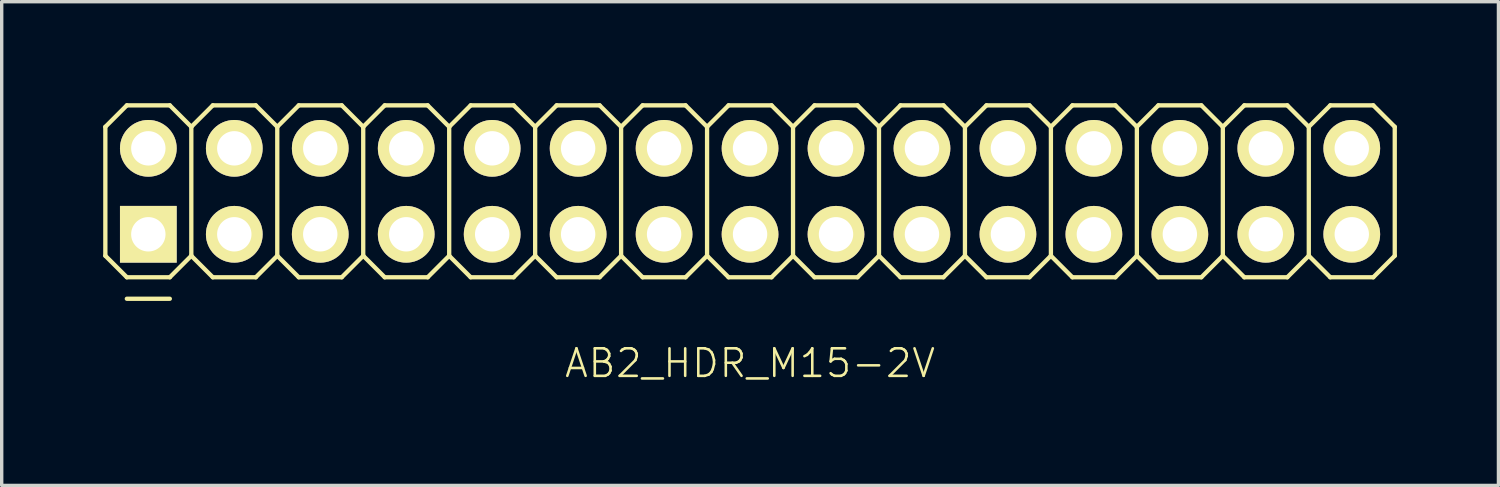
<source format=kicad_pcb>
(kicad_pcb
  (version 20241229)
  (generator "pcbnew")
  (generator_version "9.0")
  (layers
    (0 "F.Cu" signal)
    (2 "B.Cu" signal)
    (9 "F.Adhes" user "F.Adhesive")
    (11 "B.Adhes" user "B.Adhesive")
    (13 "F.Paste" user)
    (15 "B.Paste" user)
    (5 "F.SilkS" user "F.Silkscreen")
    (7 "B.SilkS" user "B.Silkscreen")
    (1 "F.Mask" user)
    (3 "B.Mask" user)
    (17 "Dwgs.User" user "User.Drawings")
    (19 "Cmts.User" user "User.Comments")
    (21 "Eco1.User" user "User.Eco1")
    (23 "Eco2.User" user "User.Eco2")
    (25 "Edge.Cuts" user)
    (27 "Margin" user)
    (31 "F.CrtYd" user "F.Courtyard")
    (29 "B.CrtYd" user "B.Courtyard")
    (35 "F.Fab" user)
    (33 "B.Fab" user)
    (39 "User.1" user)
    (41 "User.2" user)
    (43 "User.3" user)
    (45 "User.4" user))
  (footprint "AB2_HDR_M15-2V"
    (layer "F.Cu")
    (at 19.113 2.603)
    (property "Reference" "AB2_HDR_M15-2V" (at 0 5.08 0) (layer "F.SilkS") (effects (font (size 0.813 0.813) (thickness 0.076))))
    (attr through_hole)
    (fp_line (start -19.05 -1.905) (end -18.415 -2.54) (stroke (width 0.127) (type solid)) (layer "F.SilkS"))
    (fp_line (start -19.05 1.905) (end -19.05 -1.905) (stroke (width 0.127) (type solid)) (layer "F.SilkS"))
    (fp_line (start -18.415 -2.54) (end -17.145 -2.54) (stroke (width 0.127) (type solid)) (layer "F.SilkS"))
    (fp_line (start -18.415 2.54) (end -19.05 1.905) (stroke (width 0.127) (type solid)) (layer "F.SilkS"))
    (fp_line (start -18.415 3.175) (end -17.145 3.175) (stroke (width 0.127) (type solid)) (layer "F.SilkS"))
    (fp_line (start -17.145 -2.54) (end -16.51 -1.905) (stroke (width 0.127) (type solid)) (layer "F.SilkS"))
    (fp_line (start -17.145 2.54) (end -18.415 2.54) (stroke (width 0.127) (type solid)) (layer "F.SilkS"))
    (fp_line (start -16.51 -1.905) (end -16.51 1.905) (stroke (width 0.127) (type solid)) (layer "F.SilkS"))
    (fp_line (start -16.51 -1.905) (end -15.875 -2.54) (stroke (width 0.127) (type solid)) (layer "F.SilkS"))
    (fp_line (start -16.51 1.905) (end -17.145 2.54) (stroke (width 0.127) (type solid)) (layer "F.SilkS"))
    (fp_line (start -15.875 -2.54) (end -14.605 -2.54) (stroke (width 0.127) (type solid)) (layer "F.SilkS"))
    (fp_line (start -15.875 2.54) (end -16.51 1.905) (stroke (width 0.127) (type solid)) (layer "F.SilkS"))
    (fp_line (start -14.605 -2.54) (end -13.97 -1.905) (stroke (width 0.127) (type solid)) (layer "F.SilkS"))
    (fp_line (start -14.605 2.54) (end -15.875 2.54) (stroke (width 0.127) (type solid)) (layer "F.SilkS"))
    (fp_line (start -13.97 -1.905) (end -13.97 1.905) (stroke (width 0.127) (type solid)) (layer "F.SilkS"))
    (fp_line (start -13.97 -1.905) (end -13.335 -2.54) (stroke (width 0.127) (type solid)) (layer "F.SilkS"))
    (fp_line (start -13.97 1.905) (end -14.605 2.54) (stroke (width 0.127) (type solid)) (layer "F.SilkS"))
    (fp_line (start -13.335 -2.54) (end -12.065 -2.54) (stroke (width 0.127) (type solid)) (layer "F.SilkS"))
    (fp_line (start -13.335 2.54) (end -13.97 1.905) (stroke (width 0.127) (type solid)) (layer "F.SilkS"))
    (fp_line (start -12.065 -2.54) (end -11.43 -1.905) (stroke (width 0.127) (type solid)) (layer "F.SilkS"))
    (fp_line (start -12.065 2.54) (end -13.335 2.54) (stroke (width 0.127) (type solid)) (layer "F.SilkS"))
    (fp_line (start -11.43 -1.905) (end -11.43 1.905) (stroke (width 0.127) (type solid)) (layer "F.SilkS"))
    (fp_line (start -11.43 -1.905) (end -10.795 -2.54) (stroke (width 0.127) (type solid)) (layer "F.SilkS"))
    (fp_line (start -11.43 1.905) (end -12.065 2.54) (stroke (width 0.127) (type solid)) (layer "F.SilkS"))
    (fp_line (start -10.795 -2.54) (end -9.525 -2.54) (stroke (width 0.127) (type solid)) (layer "F.SilkS"))
    (fp_line (start -10.795 2.54) (end -11.43 1.905) (stroke (width 0.127) (type solid)) (layer "F.SilkS"))
    (fp_line (start -9.525 -2.54) (end -8.89 -1.905) (stroke (width 0.127) (type solid)) (layer "F.SilkS"))
    (fp_line (start -9.525 2.54) (end -10.795 2.54) (stroke (width 0.127) (type solid)) (layer "F.SilkS"))
    (fp_line (start -8.89 -1.905) (end -8.89 1.905) (stroke (width 0.127) (type solid)) (layer "F.SilkS"))
    (fp_line (start -8.89 -1.905) (end -8.255 -2.54) (stroke (width 0.127) (type solid)) (layer "F.SilkS"))
    (fp_line (start -8.89 1.905) (end -9.525 2.54) (stroke (width 0.127) (type solid)) (layer "F.SilkS"))
    (fp_line (start -8.255 -2.54) (end -6.985 -2.54) (stroke (width 0.127) (type solid)) (layer "F.SilkS"))
    (fp_line (start -8.255 2.54) (end -8.89 1.905) (stroke (width 0.127) (type solid)) (layer "F.SilkS"))
    (fp_line (start -6.985 -2.54) (end -6.35 -1.905) (stroke (width 0.127) (type solid)) (layer "F.SilkS"))
    (fp_line (start -6.985 2.54) (end -8.255 2.54) (stroke (width 0.127) (type solid)) (layer "F.SilkS"))
    (fp_line (start -6.35 -1.905) (end -6.35 1.905) (stroke (width 0.127) (type solid)) (layer "F.SilkS"))
    (fp_line (start -6.35 -1.905) (end -5.715 -2.54) (stroke (width 0.127) (type solid)) (layer "F.SilkS"))
    (fp_line (start -6.35 1.905) (end -6.985 2.54) (stroke (width 0.127) (type solid)) (layer "F.SilkS"))
    (fp_line (start -5.715 -2.54) (end -4.445 -2.54) (stroke (width 0.127) (type solid)) (layer "F.SilkS"))
    (fp_line (start -5.715 2.54) (end -6.35 1.905) (stroke (width 0.127) (type solid)) (layer "F.SilkS"))
    (fp_line (start -4.445 -2.54) (end -3.81 -1.905) (stroke (width 0.127) (type solid)) (layer "F.SilkS"))
    (fp_line (start -4.445 2.54) (end -5.715 2.54) (stroke (width 0.127) (type solid)) (layer "F.SilkS"))
    (fp_line (start -3.81 -1.905) (end -3.81 1.905) (stroke (width 0.127) (type solid)) (layer "F.SilkS"))
    (fp_line (start -3.81 -1.905) (end -3.175 -2.54) (stroke (width 0.127) (type solid)) (layer "F.SilkS"))
    (fp_line (start -3.81 1.905) (end -4.445 2.54) (stroke (width 0.127) (type solid)) (layer "F.SilkS"))
    (fp_line (start -3.175 -2.54) (end -1.905 -2.54) (stroke (width 0.127) (type solid)) (layer "F.SilkS"))
    (fp_line (start -3.175 2.54) (end -3.81 1.905) (stroke (width 0.127) (type solid)) (layer "F.SilkS"))
    (fp_line (start -1.905 -2.54) (end -1.27 -1.905) (stroke (width 0.127) (type solid)) (layer "F.SilkS"))
    (fp_line (start -1.905 2.54) (end -3.175 2.54) (stroke (width 0.127) (type solid)) (layer "F.SilkS"))
    (fp_line (start -1.27 -1.905) (end -1.27 1.905) (stroke (width 0.127) (type solid)) (layer "F.SilkS"))
    (fp_line (start -1.27 -1.905) (end -0.635 -2.54) (stroke (width 0.127) (type solid)) (layer "F.SilkS"))
    (fp_line (start -1.27 1.905) (end -1.905 2.54) (stroke (width 0.127) (type solid)) (layer "F.SilkS"))
    (fp_line (start -0.635 -2.54) (end 0.635 -2.54) (stroke (width 0.127) (type solid)) (layer "F.SilkS"))
    (fp_line (start -0.635 2.54) (end -1.27 1.905) (stroke (width 0.127) (type solid)) (layer "F.SilkS"))
    (fp_line (start 0.635 -2.54) (end 1.27 -1.905) (stroke (width 0.127) (type solid)) (layer "F.SilkS"))
    (fp_line (start 0.635 2.54) (end -0.635 2.54) (stroke (width 0.127) (type solid)) (layer "F.SilkS"))
    (fp_line (start 1.27 -1.905) (end 1.27 1.905) (stroke (width 0.127) (type solid)) (layer "F.SilkS"))
    (fp_line (start 1.27 -1.905) (end 1.905 -2.54) (stroke (width 0.127) (type solid)) (layer "F.SilkS"))
    (fp_line (start 1.27 1.905) (end 0.635 2.54) (stroke (width 0.127) (type solid)) (layer "F.SilkS"))
    (fp_line (start 1.905 -2.54) (end 3.175 -2.54) (stroke (width 0.127) (type solid)) (layer "F.SilkS"))
    (fp_line (start 1.905 2.54) (end 1.27 1.905) (stroke (width 0.127) (type solid)) (layer "F.SilkS"))
    (fp_line (start 3.175 -2.54) (end 3.81 -1.905) (stroke (width 0.127) (type solid)) (layer "F.SilkS"))
    (fp_line (start 3.175 2.54) (end 1.905 2.54) (stroke (width 0.127) (type solid)) (layer "F.SilkS"))
    (fp_line (start 3.81 -1.905) (end 3.81 1.905) (stroke (width 0.127) (type solid)) (layer "F.SilkS"))
    (fp_line (start 3.81 -1.905) (end 4.445 -2.54) (stroke (width 0.127) (type solid)) (layer "F.SilkS"))
    (fp_line (start 3.81 1.905) (end 3.175 2.54) (stroke (width 0.127) (type solid)) (layer "F.SilkS"))
    (fp_line (start 4.445 -2.54) (end 5.715 -2.54) (stroke (width 0.127) (type solid)) (layer "F.SilkS"))
    (fp_line (start 4.445 2.54) (end 3.81 1.905) (stroke (width 0.127) (type solid)) (layer "F.SilkS"))
    (fp_line (start 5.715 -2.54) (end 6.35 -1.905) (stroke (width 0.127) (type solid)) (layer "F.SilkS"))
    (fp_line (start 5.715 2.54) (end 4.445 2.54) (stroke (width 0.127) (type solid)) (layer "F.SilkS"))
    (fp_line (start 6.35 -1.905) (end 6.35 1.905) (stroke (width 0.127) (type solid)) (layer "F.SilkS"))
    (fp_line (start 6.35 -1.905) (end 6.985 -2.54) (stroke (width 0.127) (type solid)) (layer "F.SilkS"))
    (fp_line (start 6.35 1.905) (end 5.715 2.54) (stroke (width 0.127) (type solid)) (layer "F.SilkS"))
    (fp_line (start 6.985 -2.54) (end 8.255 -2.54) (stroke (width 0.127) (type solid)) (layer "F.SilkS"))
    (fp_line (start 6.985 2.54) (end 6.35 1.905) (stroke (width 0.127) (type solid)) (layer "F.SilkS"))
    (fp_line (start 8.255 -2.54) (end 8.89 -1.905) (stroke (width 0.127) (type solid)) (layer "F.SilkS"))
    (fp_line (start 8.255 2.54) (end 6.985 2.54) (stroke (width 0.127) (type solid)) (layer "F.SilkS"))
    (fp_line (start 8.89 -1.905) (end 8.89 1.905) (stroke (width 0.127) (type solid)) (layer "F.SilkS"))
    (fp_line (start 8.89 -1.905) (end 9.525 -2.54) (stroke (width 0.127) (type solid)) (layer "F.SilkS"))
    (fp_line (start 8.89 1.905) (end 8.255 2.54) (stroke (width 0.127) (type solid)) (layer "F.SilkS"))
    (fp_line (start 9.525 -2.54) (end 10.795 -2.54) (stroke (width 0.127) (type solid)) (layer "F.SilkS"))
    (fp_line (start 9.525 2.54) (end 8.89 1.905) (stroke (width 0.127) (type solid)) (layer "F.SilkS"))
    (fp_line (start 10.795 -2.54) (end 11.43 -1.905) (stroke (width 0.127) (type solid)) (layer "F.SilkS"))
    (fp_line (start 10.795 2.54) (end 9.525 2.54) (stroke (width 0.127) (type solid)) (layer "F.SilkS"))
    (fp_line (start 11.43 -1.905) (end 11.43 1.905) (stroke (width 0.127) (type solid)) (layer "F.SilkS"))
    (fp_line (start 11.43 -1.905) (end 12.065 -2.54) (stroke (width 0.127) (type solid)) (layer "F.SilkS"))
    (fp_line (start 11.43 1.905) (end 10.795 2.54) (stroke (width 0.127) (type solid)) (layer "F.SilkS"))
    (fp_line (start 12.065 -2.54) (end 13.335 -2.54) (stroke (width 0.127) (type solid)) (layer "F.SilkS"))
    (fp_line (start 12.065 2.54) (end 11.43 1.905) (stroke (width 0.127) (type solid)) (layer "F.SilkS"))
    (fp_line (start 13.335 -2.54) (end 13.97 -1.905) (stroke (width 0.127) (type solid)) (layer "F.SilkS"))
    (fp_line (start 13.335 2.54) (end 12.065 2.54) (stroke (width 0.127) (type solid)) (layer "F.SilkS"))
    (fp_line (start 13.97 -1.905) (end 13.97 1.905) (stroke (width 0.127) (type solid)) (layer "F.SilkS"))
    (fp_line (start 13.97 -1.905) (end 14.605 -2.54) (stroke (width 0.127) (type solid)) (layer "F.SilkS"))
    (fp_line (start 13.97 1.905) (end 13.335 2.54) (stroke (width 0.127) (type solid)) (layer "F.SilkS"))
    (fp_line (start 14.605 -2.54) (end 15.875 -2.54) (stroke (width 0.127) (type solid)) (layer "F.SilkS"))
    (fp_line (start 14.605 2.54) (end 13.97 1.905) (stroke (width 0.127) (type solid)) (layer "F.SilkS"))
    (fp_line (start 15.875 -2.54) (end 16.51 -1.905) (stroke (width 0.127) (type solid)) (layer "F.SilkS"))
    (fp_line (start 15.875 2.54) (end 14.605 2.54) (stroke (width 0.127) (type solid)) (layer "F.SilkS"))
    (fp_line (start 16.51 -1.905) (end 16.51 1.905) (stroke (width 0.127) (type solid)) (layer "F.SilkS"))
    (fp_line (start 16.51 -1.905) (end 17.145 -2.54) (stroke (width 0.127) (type solid)) (layer "F.SilkS"))
    (fp_line (start 16.51 1.905) (end 15.875 2.54) (stroke (width 0.127) (type solid)) (layer "F.SilkS"))
    (fp_line (start 17.145 -2.54) (end 18.415 -2.54) (stroke (width 0.127) (type solid)) (layer "F.SilkS"))
    (fp_line (start 17.145 2.54) (end 16.51 1.905) (stroke (width 0.127) (type solid)) (layer "F.SilkS"))
    (fp_line (start 18.415 -2.54) (end 19.05 -1.905) (stroke (width 0.127) (type solid)) (layer "F.SilkS"))
    (fp_line (start 18.415 2.54) (end 17.145 2.54) (stroke (width 0.127) (type solid)) (layer "F.SilkS"))
    (fp_line (start 19.05 -1.905) (end 19.05 1.905) (stroke (width 0.127) (type solid)) (layer "F.SilkS"))
    (fp_line (start 19.05 1.905) (end 18.415 2.54) (stroke (width 0.127) (type solid)) (layer "F.SilkS"))
    (pad "1" thru_hole rect (at -17.78 1.27) (size 1.676 1.676) (drill 1.016) (layers "*.Cu" "*.Mask" "F.SilkS"))
    (pad "2" thru_hole circle (at -17.78 -1.27) (size 1.676 1.676) (drill 1.016) (layers "*.Cu" "*.Mask" "F.SilkS"))
    (pad "3" thru_hole circle (at -15.24 1.27) (size 1.676 1.676) (drill 1.016) (layers "*.Cu" "*.Mask" "F.SilkS"))
    (pad "4" thru_hole circle (at -15.24 -1.27) (size 1.676 1.676) (drill 1.016) (layers "*.Cu" "*.Mask" "F.SilkS"))
    (pad "5" thru_hole circle (at -12.7 1.27) (size 1.676 1.676) (drill 1.016) (layers "*.Cu" "*.Mask" "F.SilkS"))
    (pad "6" thru_hole circle (at -12.7 -1.27) (size 1.676 1.676) (drill 1.016) (layers "*.Cu" "*.Mask" "F.SilkS"))
    (pad "7" thru_hole circle (at -10.16 1.27) (size 1.676 1.676) (drill 1.016) (layers "*.Cu" "*.Mask" "F.SilkS"))
    (pad "8" thru_hole circle (at -10.16 -1.27) (size 1.676 1.676) (drill 1.016) (layers "*.Cu" "*.Mask" "F.SilkS"))
    (pad "9" thru_hole circle (at -7.62 1.27) (size 1.676 1.676) (drill 1.016) (layers "*.Cu" "*.Mask" "F.SilkS"))
    (pad "10" thru_hole circle (at -7.62 -1.27) (size 1.676 1.676) (drill 1.016) (layers "*.Cu" "*.Mask" "F.SilkS"))
    (pad "11" thru_hole circle (at -5.08 1.27) (size 1.676 1.676) (drill 1.016) (layers "*.Cu" "*.Mask" "F.SilkS"))
    (pad "12" thru_hole circle (at -5.08 -1.27) (size 1.676 1.676) (drill 1.016) (layers "*.Cu" "*.Mask" "F.SilkS"))
    (pad "13" thru_hole circle (at -2.54 1.27) (size 1.676 1.676) (drill 1.016) (layers "*.Cu" "*.Mask" "F.SilkS"))
    (pad "14" thru_hole circle (at -2.54 -1.27) (size 1.676 1.676) (drill 1.016) (layers "*.Cu" "*.Mask" "F.SilkS"))
    (pad "15" thru_hole circle (at 0 1.27) (size 1.676 1.676) (drill 1.016) (layers "*.Cu" "*.Mask" "F.SilkS"))
    (pad "16" thru_hole circle (at 0 -1.27) (size 1.676 1.676) (drill 1.016) (layers "*.Cu" "*.Mask" "F.SilkS"))
    (pad "17" thru_hole circle (at 2.54 1.27) (size 1.676 1.676) (drill 1.016) (layers "*.Cu" "*.Mask" "F.SilkS"))
    (pad "18" thru_hole circle (at 2.54 -1.27) (size 1.676 1.676) (drill 1.016) (layers "*.Cu" "*.Mask" "F.SilkS"))
    (pad "19" thru_hole circle (at 5.08 1.27) (size 1.676 1.676) (drill 1.016) (layers "*.Cu" "*.Mask" "F.SilkS"))
    (pad "20" thru_hole circle (at 5.08 -1.27) (size 1.676 1.676) (drill 1.016) (layers "*.Cu" "*.Mask" "F.SilkS"))
    (pad "21" thru_hole circle (at 7.62 1.27) (size 1.676 1.676) (drill 1.016) (layers "*.Cu" "*.Mask" "F.SilkS"))
    (pad "22" thru_hole circle (at 7.62 -1.27) (size 1.676 1.676) (drill 1.016) (layers "*.Cu" "*.Mask" "F.SilkS"))
    (pad "23" thru_hole circle (at 10.16 1.27) (size 1.676 1.676) (drill 1.016) (layers "*.Cu" "*.Mask" "F.SilkS"))
    (pad "24" thru_hole circle (at 10.16 -1.27) (size 1.676 1.676) (drill 1.016) (layers "*.Cu" "*.Mask" "F.SilkS"))
    (pad "25" thru_hole circle (at 12.7 1.27) (size 1.676 1.676) (drill 1.016) (layers "*.Cu" "*.Mask" "F.SilkS"))
    (pad "26" thru_hole circle (at 12.7 -1.27) (size 1.676 1.676) (drill 1.016) (layers "*.Cu" "*.Mask" "F.SilkS"))
    (pad "27" thru_hole circle (at 15.24 1.27) (size 1.676 1.676) (drill 1.016) (layers "*.Cu" "*.Mask" "F.SilkS"))
    (pad "28" thru_hole circle (at 15.24 -1.27) (size 1.676 1.676) (drill 1.016) (layers "*.Cu" "*.Mask" "F.SilkS"))
    (pad "29" thru_hole circle (at 17.78 1.27) (size 1.676 1.676) (drill 1.016) (layers "*.Cu" "*.Mask" "F.SilkS"))
    (pad "30" thru_hole circle (at 17.78 -1.27) (size 1.676 1.676) (drill 1.016) (layers "*.Cu" "*.Mask" "F.SilkS")))
  (gr_rect
    (start -3 -3)
    (end 41.227 11.293)
    (stroke (width 0.1) (type default))
    (fill no)
    (layer "Edge.Cuts")))
</source>
